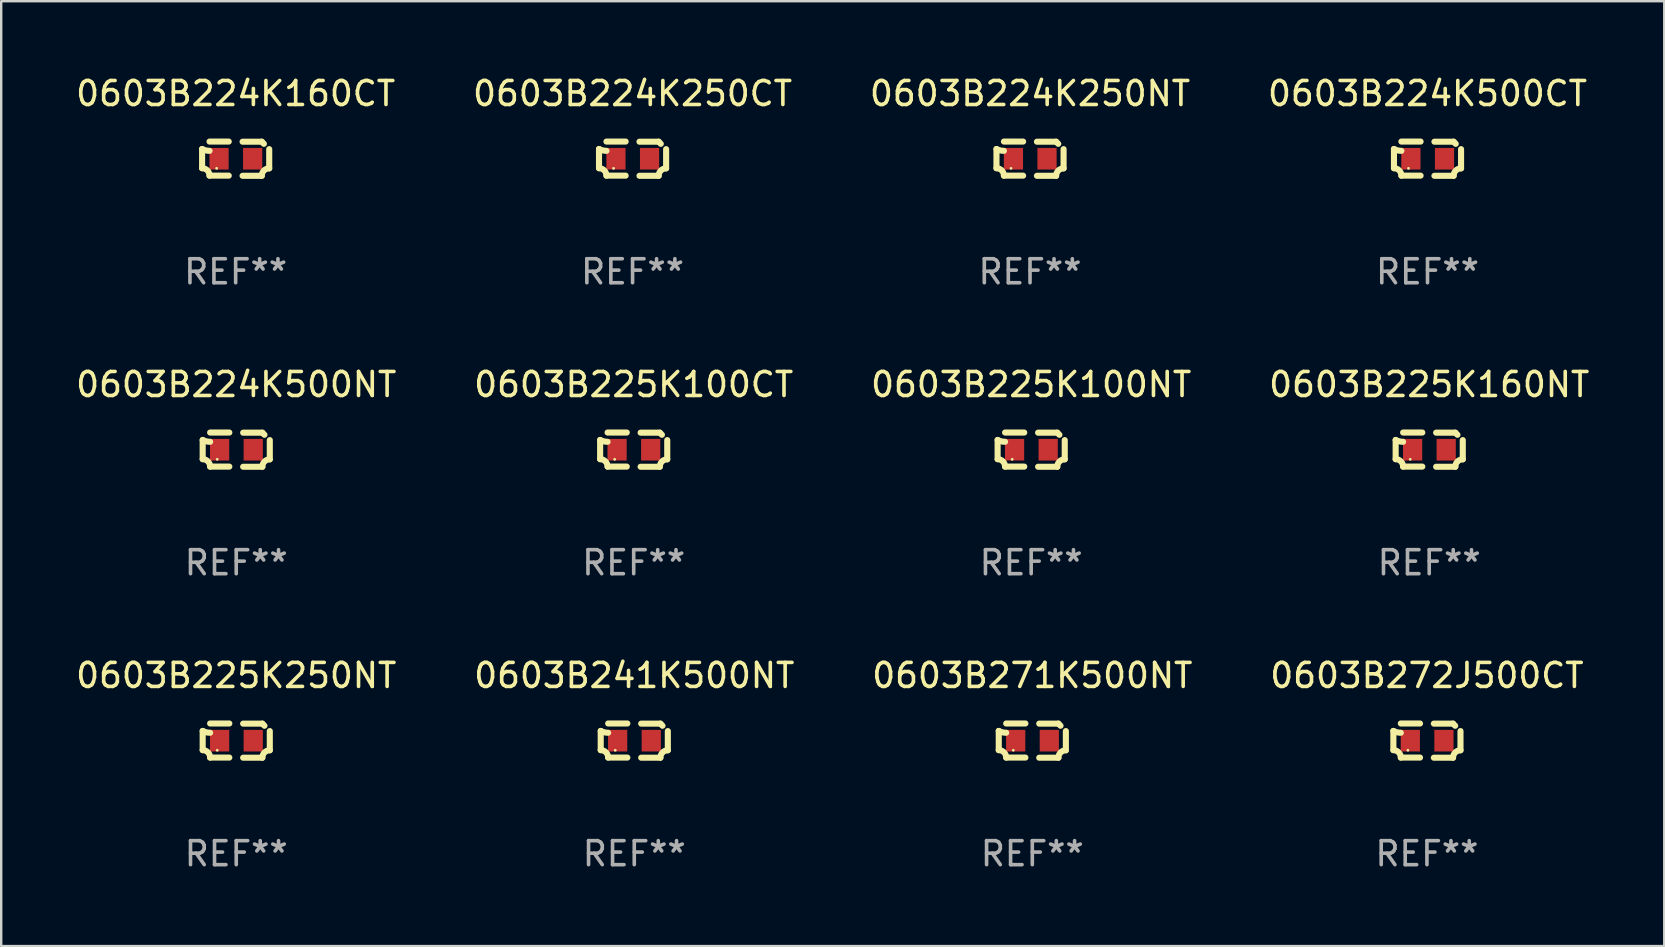
<source format=kicad_pcb>
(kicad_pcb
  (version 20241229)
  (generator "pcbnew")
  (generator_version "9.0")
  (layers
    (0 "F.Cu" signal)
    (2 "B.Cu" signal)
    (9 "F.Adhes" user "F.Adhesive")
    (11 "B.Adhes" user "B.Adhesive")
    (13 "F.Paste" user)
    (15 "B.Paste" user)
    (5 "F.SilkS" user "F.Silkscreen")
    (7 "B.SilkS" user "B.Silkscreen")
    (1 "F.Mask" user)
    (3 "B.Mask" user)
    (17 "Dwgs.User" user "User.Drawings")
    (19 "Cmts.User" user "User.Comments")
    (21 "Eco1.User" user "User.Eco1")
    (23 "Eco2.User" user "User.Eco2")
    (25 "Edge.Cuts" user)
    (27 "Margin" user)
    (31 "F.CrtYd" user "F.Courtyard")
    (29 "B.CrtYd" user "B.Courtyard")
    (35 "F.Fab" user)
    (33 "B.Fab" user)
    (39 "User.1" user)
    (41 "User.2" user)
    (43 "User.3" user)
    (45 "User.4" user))
  (footprint "0603B225K250NT"
    (layer "F.Cu")
    (at 6.792 27.805)
    (property "Reference" "0603B225K250NT" (at 0 -2.713 0) (layer "F.SilkS") (effects (font (size 1 1) (thickness 0.15))))
    (attr through_hole)
    (fp_line (start -1.398 -0.403) (end -1.398 0.397) (stroke (width 0.254) (type solid)) (layer "F.SilkS"))
    (fp_line (start -0.288 -0.713) (end -1.088 -0.713) (stroke (width 0.254) (type solid)) (layer "F.SilkS"))
    (fp_line (start -0.288 0.707) (end -1.088 0.707) (stroke (width 0.254) (type solid)) (layer "F.SilkS"))
    (fp_line (start 0.288 -0.707) (end 1.088 -0.707) (stroke (width 0.254) (type solid)) (layer "F.SilkS"))
    (fp_line (start 0.288 0.713) (end 1.088 0.713) (stroke (width 0.254) (type solid)) (layer "F.SilkS"))
    (fp_line (start 1.398 -0.397) (end 1.398 0.403) (stroke (width 0.254) (type solid)) (layer "F.SilkS"))
    (fp_arc (start -1.397789 0.397066) (mid -1.178701 0.487826) (end -1.08796 0.706922) (stroke (width 0.254001) (type solid)) (layer "F.SilkS"))
    (fp_arc (start -1.08796 -0.327176) (mid -1.247436 -0.346384) (end -1.39779 -0.402908) (stroke (width 0.254001) (type solid)) (layer "F.SilkS"))
    (fp_arc (start 1.087909 0.712738) (mid 1.178656 0.493655) (end 1.397739 0.402908) (stroke (width 0.254001) (type solid)) (layer "F.SilkS"))
    (fp_arc (start 1.175925 -0.618926) (mid 1.131917 -0.662923) (end 1.08791 -0.706922) (stroke (width 0.254001) (type solid)) (layer "F.SilkS"))
    (fp_circle (center -0.792 0.403) (end -0.762 0.403) (stroke (width 0.06) (type solid)) (fill no) (layer "F.SilkS"))
    (fp_text user "REF**" (at 0 4.713 0) (layer "F.Fab") (effects (font (size 1 1) (thickness 0.15))))
    (pad "1" smd rect (at -0.692 0.003) (size 0.8 0.9) (layers "F.Cu" "F.Mask" "F.Paste"))
    (pad "2" smd rect (at 0.708 0.003) (size 0.8 0.9) (layers "F.Cu" "F.Mask" "F.Paste")))
  (footprint "0603B224K500NT"
    (layer "F.Cu")
    (at 6.792 15.683)
    (property "Reference" "0603B224K500NT" (at 0 -2.713 0) (layer "F.SilkS") (effects (font (size 1 1) (thickness 0.15))))
    (attr through_hole)
    (fp_line (start -1.398 -0.403) (end -1.398 0.397) (stroke (width 0.254) (type solid)) (layer "F.SilkS"))
    (fp_line (start -0.288 -0.713) (end -1.088 -0.713) (stroke (width 0.254) (type solid)) (layer "F.SilkS"))
    (fp_line (start -0.288 0.707) (end -1.088 0.707) (stroke (width 0.254) (type solid)) (layer "F.SilkS"))
    (fp_line (start 0.288 -0.707) (end 1.088 -0.707) (stroke (width 0.254) (type solid)) (layer "F.SilkS"))
    (fp_line (start 0.288 0.713) (end 1.088 0.713) (stroke (width 0.254) (type solid)) (layer "F.SilkS"))
    (fp_line (start 1.398 -0.397) (end 1.398 0.403) (stroke (width 0.254) (type solid)) (layer "F.SilkS"))
    (fp_arc (start -1.397789 0.397066) (mid -1.178701 0.487826) (end -1.08796 0.706922) (stroke (width 0.254001) (type solid)) (layer "F.SilkS"))
    (fp_arc (start -1.08796 -0.327176) (mid -1.247436 -0.346384) (end -1.39779 -0.402908) (stroke (width 0.254001) (type solid)) (layer "F.SilkS"))
    (fp_arc (start 1.087909 0.712738) (mid 1.178656 0.493655) (end 1.397739 0.402908) (stroke (width 0.254001) (type solid)) (layer "F.SilkS"))
    (fp_arc (start 1.175925 -0.618926) (mid 1.131917 -0.662923) (end 1.08791 -0.706922) (stroke (width 0.254001) (type solid)) (layer "F.SilkS"))
    (fp_circle (center -0.792 0.403) (end -0.762 0.403) (stroke (width 0.06) (type solid)) (fill no) (layer "F.SilkS"))
    (fp_text user "REF**" (at 0 4.713 0) (layer "F.Fab") (effects (font (size 1 1) (thickness 0.15))))
    (pad "1" smd rect (at -0.692 0.003) (size 0.8 0.9) (layers "F.Cu" "F.Mask" "F.Paste"))
    (pad "2" smd rect (at 0.708 0.003) (size 0.8 0.9) (layers "F.Cu" "F.Mask" "F.Paste")))
  (footprint "0603B225K100CT"
    (layer "F.Cu")
    (at 23.351 15.683)
    (property "Reference" "0603B225K100CT" (at 0 -2.713 0) (layer "F.SilkS") (effects (font (size 1 1) (thickness 0.15))))
    (attr through_hole)
    (fp_line (start -1.398 -0.403) (end -1.398 0.397) (stroke (width 0.254) (type solid)) (layer "F.SilkS"))
    (fp_line (start -0.288 -0.713) (end -1.088 -0.713) (stroke (width 0.254) (type solid)) (layer "F.SilkS"))
    (fp_line (start -0.288 0.707) (end -1.088 0.707) (stroke (width 0.254) (type solid)) (layer "F.SilkS"))
    (fp_line (start 0.288 -0.707) (end 1.088 -0.707) (stroke (width 0.254) (type solid)) (layer "F.SilkS"))
    (fp_line (start 0.288 0.713) (end 1.088 0.713) (stroke (width 0.254) (type solid)) (layer "F.SilkS"))
    (fp_line (start 1.398 -0.397) (end 1.398 0.403) (stroke (width 0.254) (type solid)) (layer "F.SilkS"))
    (fp_arc (start -1.397789 0.397066) (mid -1.178701 0.487826) (end -1.08796 0.706922) (stroke (width 0.254001) (type solid)) (layer "F.SilkS"))
    (fp_arc (start -1.08796 -0.327176) (mid -1.247436 -0.346384) (end -1.39779 -0.402908) (stroke (width 0.254001) (type solid)) (layer "F.SilkS"))
    (fp_arc (start 1.087909 0.712738) (mid 1.178656 0.493655) (end 1.397739 0.402908) (stroke (width 0.254001) (type solid)) (layer "F.SilkS"))
    (fp_arc (start 1.175925 -0.618926) (mid 1.131917 -0.662923) (end 1.08791 -0.706922) (stroke (width 0.254001) (type solid)) (layer "F.SilkS"))
    (fp_circle (center -0.792 0.403) (end -0.762 0.403) (stroke (width 0.06) (type solid)) (fill no) (layer "F.SilkS"))
    (fp_text user "REF**" (at 0 4.713 0) (layer "F.Fab") (effects (font (size 1 1) (thickness 0.15))))
    (pad "1" smd rect (at -0.692 0.003) (size 0.8 0.9) (layers "F.Cu" "F.Mask" "F.Paste"))
    (pad "2" smd rect (at 0.708 0.003) (size 0.8 0.9) (layers "F.Cu" "F.Mask" "F.Paste")))
  (footprint "0603B224K160CT"
    (layer "F.Cu")
    (at 6.768 3.561)
    (property "Reference" "0603B224K160CT" (at 0 -2.713 0) (layer "F.SilkS") (effects (font (size 1 1) (thickness 0.15))))
    (attr through_hole)
    (fp_line (start -1.398 -0.403) (end -1.398 0.397) (stroke (width 0.254) (type solid)) (layer "F.SilkS"))
    (fp_line (start -0.288 -0.713) (end -1.088 -0.713) (stroke (width 0.254) (type solid)) (layer "F.SilkS"))
    (fp_line (start -0.288 0.707) (end -1.088 0.707) (stroke (width 0.254) (type solid)) (layer "F.SilkS"))
    (fp_line (start 0.288 -0.707) (end 1.088 -0.707) (stroke (width 0.254) (type solid)) (layer "F.SilkS"))
    (fp_line (start 0.288 0.713) (end 1.088 0.713) (stroke (width 0.254) (type solid)) (layer "F.SilkS"))
    (fp_line (start 1.398 -0.397) (end 1.398 0.403) (stroke (width 0.254) (type solid)) (layer "F.SilkS"))
    (fp_arc (start -1.397789 0.397066) (mid -1.178701 0.487826) (end -1.08796 0.706922) (stroke (width 0.254001) (type solid)) (layer "F.SilkS"))
    (fp_arc (start -1.08796 -0.327176) (mid -1.247436 -0.346384) (end -1.39779 -0.402908) (stroke (width 0.254001) (type solid)) (layer "F.SilkS"))
    (fp_arc (start 1.087909 0.712738) (mid 1.178656 0.493655) (end 1.397739 0.402908) (stroke (width 0.254001) (type solid)) (layer "F.SilkS"))
    (fp_arc (start 1.175925 -0.618926) (mid 1.131917 -0.662923) (end 1.08791 -0.706922) (stroke (width 0.254001) (type solid)) (layer "F.SilkS"))
    (fp_circle (center -0.792 0.403) (end -0.762 0.403) (stroke (width 0.06) (type solid)) (fill no) (layer "F.SilkS"))
    (fp_text user "REF**" (at 0 4.713 0) (layer "F.Fab") (effects (font (size 1 1) (thickness 0.15))))
    (pad "1" smd rect (at -0.692 0.003) (size 0.8 0.9) (layers "F.Cu" "F.Mask" "F.Paste"))
    (pad "2" smd rect (at 0.708 0.003) (size 0.8 0.9) (layers "F.Cu" "F.Mask" "F.Paste")))
  (footprint "0603B271K500NT"
    (layer "F.Cu")
    (at 39.958 27.805)
    (property "Reference" "0603B271K500NT" (at 0 -2.713 0) (layer "F.SilkS") (effects (font (size 1 1) (thickness 0.15))))
    (attr through_hole)
    (fp_line (start -1.398 -0.403) (end -1.398 0.397) (stroke (width 0.254) (type solid)) (layer "F.SilkS"))
    (fp_line (start -0.288 -0.713) (end -1.088 -0.713) (stroke (width 0.254) (type solid)) (layer "F.SilkS"))
    (fp_line (start -0.288 0.707) (end -1.088 0.707) (stroke (width 0.254) (type solid)) (layer "F.SilkS"))
    (fp_line (start 0.288 -0.707) (end 1.088 -0.707) (stroke (width 0.254) (type solid)) (layer "F.SilkS"))
    (fp_line (start 0.288 0.713) (end 1.088 0.713) (stroke (width 0.254) (type solid)) (layer "F.SilkS"))
    (fp_line (start 1.398 -0.397) (end 1.398 0.403) (stroke (width 0.254) (type solid)) (layer "F.SilkS"))
    (fp_arc (start -1.397789 0.397066) (mid -1.178701 0.487826) (end -1.08796 0.706922) (stroke (width 0.254001) (type solid)) (layer "F.SilkS"))
    (fp_arc (start -1.08796 -0.327176) (mid -1.247436 -0.346384) (end -1.39779 -0.402908) (stroke (width 0.254001) (type solid)) (layer "F.SilkS"))
    (fp_arc (start 1.087909 0.712738) (mid 1.178656 0.493655) (end 1.397739 0.402908) (stroke (width 0.254001) (type solid)) (layer "F.SilkS"))
    (fp_arc (start 1.175925 -0.618926) (mid 1.131917 -0.662923) (end 1.08791 -0.706922) (stroke (width 0.254001) (type solid)) (layer "F.SilkS"))
    (fp_circle (center -0.792 0.403) (end -0.762 0.403) (stroke (width 0.06) (type solid)) (fill no) (layer "F.SilkS"))
    (fp_text user "REF**" (at 0 4.713 0) (layer "F.Fab") (effects (font (size 1 1) (thickness 0.15))))
    (pad "1" smd rect (at -0.692 0.003) (size 0.8 0.9) (layers "F.Cu" "F.Mask" "F.Paste"))
    (pad "2" smd rect (at 0.708 0.003) (size 0.8 0.9) (layers "F.Cu" "F.Mask" "F.Paste")))
  (footprint "0603B241K500NT"
    (layer "F.Cu")
    (at 23.375 27.805)
    (property "Reference" "0603B241K500NT" (at 0 -2.713 0) (layer "F.SilkS") (effects (font (size 1 1) (thickness 0.15))))
    (attr through_hole)
    (fp_line (start -1.398 -0.403) (end -1.398 0.397) (stroke (width 0.254) (type solid)) (layer "F.SilkS"))
    (fp_line (start -0.288 -0.713) (end -1.088 -0.713) (stroke (width 0.254) (type solid)) (layer "F.SilkS"))
    (fp_line (start -0.288 0.707) (end -1.088 0.707) (stroke (width 0.254) (type solid)) (layer "F.SilkS"))
    (fp_line (start 0.288 -0.707) (end 1.088 -0.707) (stroke (width 0.254) (type solid)) (layer "F.SilkS"))
    (fp_line (start 0.288 0.713) (end 1.088 0.713) (stroke (width 0.254) (type solid)) (layer "F.SilkS"))
    (fp_line (start 1.398 -0.397) (end 1.398 0.403) (stroke (width 0.254) (type solid)) (layer "F.SilkS"))
    (fp_arc (start -1.397789 0.397066) (mid -1.178701 0.487826) (end -1.08796 0.706922) (stroke (width 0.254001) (type solid)) (layer "F.SilkS"))
    (fp_arc (start -1.08796 -0.327176) (mid -1.247436 -0.346384) (end -1.39779 -0.402908) (stroke (width 0.254001) (type solid)) (layer "F.SilkS"))
    (fp_arc (start 1.087909 0.712738) (mid 1.178656 0.493655) (end 1.397739 0.402908) (stroke (width 0.254001) (type solid)) (layer "F.SilkS"))
    (fp_arc (start 1.175925 -0.618926) (mid 1.131917 -0.662923) (end 1.08791 -0.706922) (stroke (width 0.254001) (type solid)) (layer "F.SilkS"))
    (fp_circle (center -0.792 0.403) (end -0.762 0.403) (stroke (width 0.06) (type solid)) (fill no) (layer "F.SilkS"))
    (fp_text user "REF**" (at 0 4.713 0) (layer "F.Fab") (effects (font (size 1 1) (thickness 0.15))))
    (pad "1" smd rect (at -0.692 0.003) (size 0.8 0.9) (layers "F.Cu" "F.Mask" "F.Paste"))
    (pad "2" smd rect (at 0.708 0.003) (size 0.8 0.9) (layers "F.Cu" "F.Mask" "F.Paste")))
  (footprint "0603B225K160NT"
    (layer "F.Cu")
    (at 56.494 15.683)
    (property "Reference" "0603B225K160NT" (at 0 -2.713 0) (layer "F.SilkS") (effects (font (size 1 1) (thickness 0.15))))
    (attr through_hole)
    (fp_line (start -1.398 -0.403) (end -1.398 0.397) (stroke (width 0.254) (type solid)) (layer "F.SilkS"))
    (fp_line (start -0.288 -0.713) (end -1.088 -0.713) (stroke (width 0.254) (type solid)) (layer "F.SilkS"))
    (fp_line (start -0.288 0.707) (end -1.088 0.707) (stroke (width 0.254) (type solid)) (layer "F.SilkS"))
    (fp_line (start 0.288 -0.707) (end 1.088 -0.707) (stroke (width 0.254) (type solid)) (layer "F.SilkS"))
    (fp_line (start 0.288 0.713) (end 1.088 0.713) (stroke (width 0.254) (type solid)) (layer "F.SilkS"))
    (fp_line (start 1.398 -0.397) (end 1.398 0.403) (stroke (width 0.254) (type solid)) (layer "F.SilkS"))
    (fp_arc (start -1.397789 0.397066) (mid -1.178701 0.487826) (end -1.08796 0.706922) (stroke (width 0.254001) (type solid)) (layer "F.SilkS"))
    (fp_arc (start -1.08796 -0.327176) (mid -1.247436 -0.346384) (end -1.39779 -0.402908) (stroke (width 0.254001) (type solid)) (layer "F.SilkS"))
    (fp_arc (start 1.087909 0.712738) (mid 1.178656 0.493655) (end 1.397739 0.402908) (stroke (width 0.254001) (type solid)) (layer "F.SilkS"))
    (fp_arc (start 1.175925 -0.618926) (mid 1.131917 -0.662923) (end 1.08791 -0.706922) (stroke (width 0.254001) (type solid)) (layer "F.SilkS"))
    (fp_circle (center -0.792 0.403) (end -0.762 0.403) (stroke (width 0.06) (type solid)) (fill no) (layer "F.SilkS"))
    (fp_text user "REF**" (at 0 4.713 0) (layer "F.Fab") (effects (font (size 1 1) (thickness 0.15))))
    (pad "1" smd rect (at -0.692 0.003) (size 0.8 0.9) (layers "F.Cu" "F.Mask" "F.Paste"))
    (pad "2" smd rect (at 0.708 0.003) (size 0.8 0.9) (layers "F.Cu" "F.Mask" "F.Paste")))
  (footprint "0603B224K250CT"
    (layer "F.Cu")
    (at 23.304 3.561)
    (property "Reference" "0603B224K250CT" (at 0 -2.713 0) (layer "F.SilkS") (effects (font (size 1 1) (thickness 0.15))))
    (attr through_hole)
    (fp_line (start -1.398 -0.403) (end -1.398 0.397) (stroke (width 0.254) (type solid)) (layer "F.SilkS"))
    (fp_line (start -0.288 -0.713) (end -1.088 -0.713) (stroke (width 0.254) (type solid)) (layer "F.SilkS"))
    (fp_line (start -0.288 0.707) (end -1.088 0.707) (stroke (width 0.254) (type solid)) (layer "F.SilkS"))
    (fp_line (start 0.288 -0.707) (end 1.088 -0.707) (stroke (width 0.254) (type solid)) (layer "F.SilkS"))
    (fp_line (start 0.288 0.713) (end 1.088 0.713) (stroke (width 0.254) (type solid)) (layer "F.SilkS"))
    (fp_line (start 1.398 -0.397) (end 1.398 0.403) (stroke (width 0.254) (type solid)) (layer "F.SilkS"))
    (fp_arc (start -1.397789 0.397066) (mid -1.178701 0.487826) (end -1.08796 0.706922) (stroke (width 0.254001) (type solid)) (layer "F.SilkS"))
    (fp_arc (start -1.08796 -0.327176) (mid -1.247436 -0.346384) (end -1.39779 -0.402908) (stroke (width 0.254001) (type solid)) (layer "F.SilkS"))
    (fp_arc (start 1.087909 0.712738) (mid 1.178656 0.493655) (end 1.397739 0.402908) (stroke (width 0.254001) (type solid)) (layer "F.SilkS"))
    (fp_arc (start 1.175925 -0.618926) (mid 1.131917 -0.662923) (end 1.08791 -0.706922) (stroke (width 0.254001) (type solid)) (layer "F.SilkS"))
    (fp_circle (center -0.792 0.403) (end -0.762 0.403) (stroke (width 0.06) (type solid)) (fill no) (layer "F.SilkS"))
    (fp_text user "REF**" (at 0 4.713 0) (layer "F.Fab") (effects (font (size 1 1) (thickness 0.15))))
    (pad "1" smd rect (at -0.692 0.003) (size 0.8 0.9) (layers "F.Cu" "F.Mask" "F.Paste"))
    (pad "2" smd rect (at 0.708 0.003) (size 0.8 0.9) (layers "F.Cu" "F.Mask" "F.Paste")))
  (footprint "0603B224K500CT"
    (layer "F.Cu")
    (at 56.423 3.561)
    (property "Reference" "0603B224K500CT" (at 0 -2.713 0) (layer "F.SilkS") (effects (font (size 1 1) (thickness 0.15))))
    (attr through_hole)
    (fp_line (start -1.398 -0.403) (end -1.398 0.397) (stroke (width 0.254) (type solid)) (layer "F.SilkS"))
    (fp_line (start -0.288 -0.713) (end -1.088 -0.713) (stroke (width 0.254) (type solid)) (layer "F.SilkS"))
    (fp_line (start -0.288 0.707) (end -1.088 0.707) (stroke (width 0.254) (type solid)) (layer "F.SilkS"))
    (fp_line (start 0.288 -0.707) (end 1.088 -0.707) (stroke (width 0.254) (type solid)) (layer "F.SilkS"))
    (fp_line (start 0.288 0.713) (end 1.088 0.713) (stroke (width 0.254) (type solid)) (layer "F.SilkS"))
    (fp_line (start 1.398 -0.397) (end 1.398 0.403) (stroke (width 0.254) (type solid)) (layer "F.SilkS"))
    (fp_arc (start -1.397789 0.397066) (mid -1.178701 0.487826) (end -1.08796 0.706922) (stroke (width 0.254001) (type solid)) (layer "F.SilkS"))
    (fp_arc (start -1.08796 -0.327176) (mid -1.247436 -0.346384) (end -1.39779 -0.402908) (stroke (width 0.254001) (type solid)) (layer "F.SilkS"))
    (fp_arc (start 1.087909 0.712738) (mid 1.178656 0.493655) (end 1.397739 0.402908) (stroke (width 0.254001) (type solid)) (layer "F.SilkS"))
    (fp_arc (start 1.175925 -0.618926) (mid 1.131917 -0.662923) (end 1.08791 -0.706922) (stroke (width 0.254001) (type solid)) (layer "F.SilkS"))
    (fp_circle (center -0.792 0.403) (end -0.762 0.403) (stroke (width 0.06) (type solid)) (fill no) (layer "F.SilkS"))
    (fp_text user "REF**" (at 0 4.713 0) (layer "F.Fab") (effects (font (size 1 1) (thickness 0.15))))
    (pad "1" smd rect (at -0.692 0.003) (size 0.8 0.9) (layers "F.Cu" "F.Mask" "F.Paste"))
    (pad "2" smd rect (at 0.708 0.003) (size 0.8 0.9) (layers "F.Cu" "F.Mask" "F.Paste")))
  (footprint "0603B225K100NT"
    (layer "F.Cu")
    (at 39.911 15.683)
    (property "Reference" "0603B225K100NT" (at 0 -2.713 0) (layer "F.SilkS") (effects (font (size 1 1) (thickness 0.15))))
    (attr through_hole)
    (fp_line (start -1.398 -0.403) (end -1.398 0.397) (stroke (width 0.254) (type solid)) (layer "F.SilkS"))
    (fp_line (start -0.288 -0.713) (end -1.088 -0.713) (stroke (width 0.254) (type solid)) (layer "F.SilkS"))
    (fp_line (start -0.288 0.707) (end -1.088 0.707) (stroke (width 0.254) (type solid)) (layer "F.SilkS"))
    (fp_line (start 0.288 -0.707) (end 1.088 -0.707) (stroke (width 0.254) (type solid)) (layer "F.SilkS"))
    (fp_line (start 0.288 0.713) (end 1.088 0.713) (stroke (width 0.254) (type solid)) (layer "F.SilkS"))
    (fp_line (start 1.398 -0.397) (end 1.398 0.403) (stroke (width 0.254) (type solid)) (layer "F.SilkS"))
    (fp_arc (start -1.397789 0.397066) (mid -1.178701 0.487826) (end -1.08796 0.706922) (stroke (width 0.254001) (type solid)) (layer "F.SilkS"))
    (fp_arc (start -1.08796 -0.327176) (mid -1.247436 -0.346384) (end -1.39779 -0.402908) (stroke (width 0.254001) (type solid)) (layer "F.SilkS"))
    (fp_arc (start 1.087909 0.712738) (mid 1.178656 0.493655) (end 1.397739 0.402908) (stroke (width 0.254001) (type solid)) (layer "F.SilkS"))
    (fp_arc (start 1.175925 -0.618926) (mid 1.131917 -0.662923) (end 1.08791 -0.706922) (stroke (width 0.254001) (type solid)) (layer "F.SilkS"))
    (fp_circle (center -0.792 0.403) (end -0.762 0.403) (stroke (width 0.06) (type solid)) (fill no) (layer "F.SilkS"))
    (fp_text user "REF**" (at 0 4.713 0) (layer "F.Fab") (effects (font (size 1 1) (thickness 0.15))))
    (pad "1" smd rect (at -0.692 0.003) (size 0.8 0.9) (layers "F.Cu" "F.Mask" "F.Paste"))
    (pad "2" smd rect (at 0.708 0.003) (size 0.8 0.9) (layers "F.Cu" "F.Mask" "F.Paste")))
  (footprint "0603B272J500CT"
    (layer "F.Cu")
    (at 56.399 27.805)
    (property "Reference" "0603B272J500CT" (at 0 -2.713 0) (layer "F.SilkS") (effects (font (size 1 1) (thickness 0.15))))
    (attr through_hole)
    (fp_line (start -1.398 -0.403) (end -1.398 0.397) (stroke (width 0.254) (type solid)) (layer "F.SilkS"))
    (fp_line (start -0.288 -0.713) (end -1.088 -0.713) (stroke (width 0.254) (type solid)) (layer "F.SilkS"))
    (fp_line (start -0.288 0.707) (end -1.088 0.707) (stroke (width 0.254) (type solid)) (layer "F.SilkS"))
    (fp_line (start 0.288 -0.707) (end 1.088 -0.707) (stroke (width 0.254) (type solid)) (layer "F.SilkS"))
    (fp_line (start 0.288 0.713) (end 1.088 0.713) (stroke (width 0.254) (type solid)) (layer "F.SilkS"))
    (fp_line (start 1.398 -0.397) (end 1.398 0.403) (stroke (width 0.254) (type solid)) (layer "F.SilkS"))
    (fp_arc (start -1.397789 0.397066) (mid -1.178701 0.487826) (end -1.08796 0.706922) (stroke (width 0.254001) (type solid)) (layer "F.SilkS"))
    (fp_arc (start -1.08796 -0.327176) (mid -1.247436 -0.346384) (end -1.39779 -0.402908) (stroke (width 0.254001) (type solid)) (layer "F.SilkS"))
    (fp_arc (start 1.087909 0.712738) (mid 1.178656 0.493655) (end 1.397739 0.402908) (stroke (width 0.254001) (type solid)) (layer "F.SilkS"))
    (fp_arc (start 1.175925 -0.618926) (mid 1.131917 -0.662923) (end 1.08791 -0.706922) (stroke (width 0.254001) (type solid)) (layer "F.SilkS"))
    (fp_circle (center -0.792 0.403) (end -0.762 0.403) (stroke (width 0.06) (type solid)) (fill no) (layer "F.SilkS"))
    (fp_text user "REF**" (at 0 4.713 0) (layer "F.Fab") (effects (font (size 1 1) (thickness 0.15))))
    (pad "1" smd rect (at -0.692 0.003) (size 0.8 0.9) (layers "F.Cu" "F.Mask" "F.Paste"))
    (pad "2" smd rect (at 0.708 0.003) (size 0.8 0.9) (layers "F.Cu" "F.Mask" "F.Paste")))
  (footprint "0603B224K250NT"
    (layer "F.Cu")
    (at 39.863 3.561)
    (property "Reference" "0603B224K250NT" (at 0 -2.713 0) (layer "F.SilkS") (effects (font (size 1 1) (thickness 0.15))))
    (attr through_hole)
    (fp_line (start -1.398 -0.403) (end -1.398 0.397) (stroke (width 0.254) (type solid)) (layer "F.SilkS"))
    (fp_line (start -0.288 -0.713) (end -1.088 -0.713) (stroke (width 0.254) (type solid)) (layer "F.SilkS"))
    (fp_line (start -0.288 0.707) (end -1.088 0.707) (stroke (width 0.254) (type solid)) (layer "F.SilkS"))
    (fp_line (start 0.288 -0.707) (end 1.088 -0.707) (stroke (width 0.254) (type solid)) (layer "F.SilkS"))
    (fp_line (start 0.288 0.713) (end 1.088 0.713) (stroke (width 0.254) (type solid)) (layer "F.SilkS"))
    (fp_line (start 1.398 -0.397) (end 1.398 0.403) (stroke (width 0.254) (type solid)) (layer "F.SilkS"))
    (fp_arc (start -1.397789 0.397066) (mid -1.178701 0.487826) (end -1.08796 0.706922) (stroke (width 0.254001) (type solid)) (layer "F.SilkS"))
    (fp_arc (start -1.08796 -0.327176) (mid -1.247436 -0.346384) (end -1.39779 -0.402908) (stroke (width 0.254001) (type solid)) (layer "F.SilkS"))
    (fp_arc (start 1.087909 0.712738) (mid 1.178656 0.493655) (end 1.397739 0.402908) (stroke (width 0.254001) (type solid)) (layer "F.SilkS"))
    (fp_arc (start 1.175925 -0.618926) (mid 1.131917 -0.662923) (end 1.08791 -0.706922) (stroke (width 0.254001) (type solid)) (layer "F.SilkS"))
    (fp_circle (center -0.792 0.403) (end -0.762 0.403) (stroke (width 0.06) (type solid)) (fill no) (layer "F.SilkS"))
    (fp_text user "REF**" (at 0 4.713 0) (layer "F.Fab") (effects (font (size 1 1) (thickness 0.15))))
    (pad "1" smd rect (at -0.692 0.003) (size 0.8 0.9) (layers "F.Cu" "F.Mask" "F.Paste"))
    (pad "2" smd rect (at 0.708 0.003) (size 0.8 0.9) (layers "F.Cu" "F.Mask" "F.Paste")))
  (gr_rect
    (start -3 -3)
    (end 66.286 36.366)
    (stroke (width 0.1) (type default))
    (fill no)
    (layer "Edge.Cuts")))
</source>
